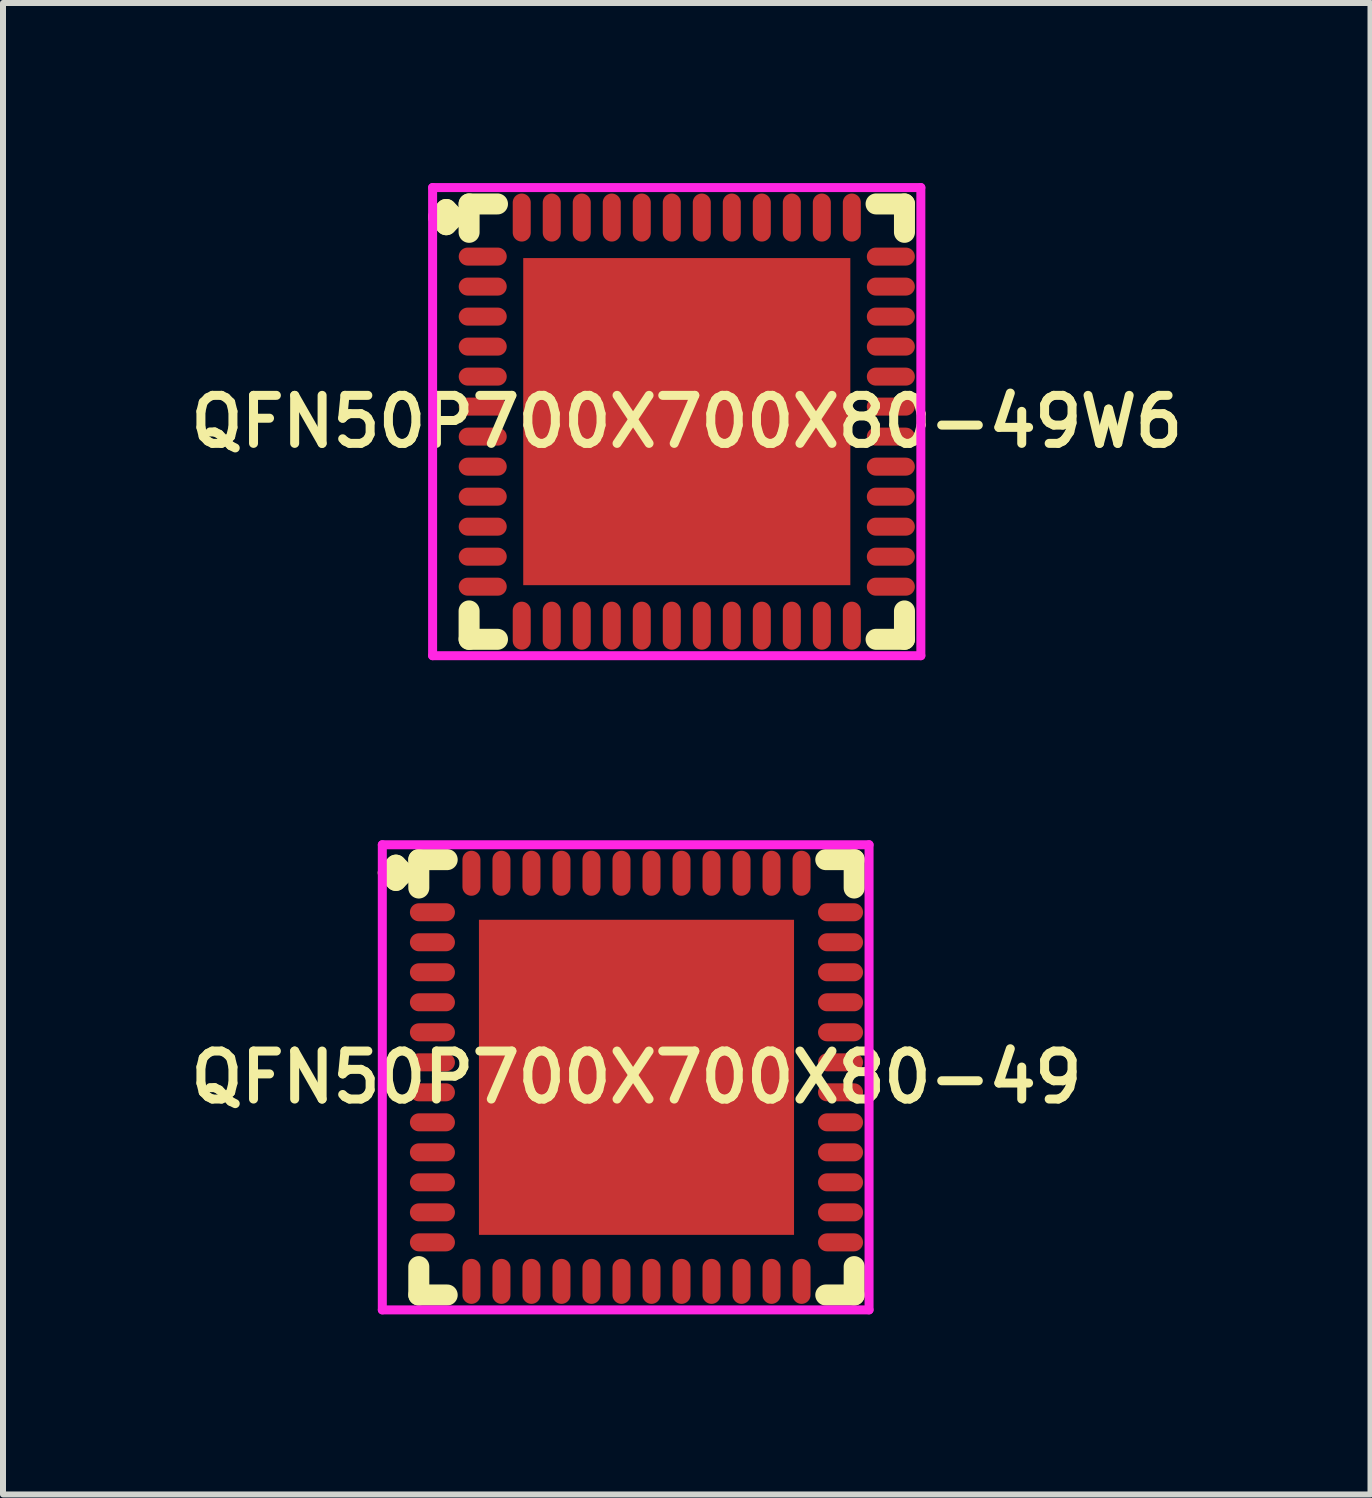
<source format=kicad_pcb>
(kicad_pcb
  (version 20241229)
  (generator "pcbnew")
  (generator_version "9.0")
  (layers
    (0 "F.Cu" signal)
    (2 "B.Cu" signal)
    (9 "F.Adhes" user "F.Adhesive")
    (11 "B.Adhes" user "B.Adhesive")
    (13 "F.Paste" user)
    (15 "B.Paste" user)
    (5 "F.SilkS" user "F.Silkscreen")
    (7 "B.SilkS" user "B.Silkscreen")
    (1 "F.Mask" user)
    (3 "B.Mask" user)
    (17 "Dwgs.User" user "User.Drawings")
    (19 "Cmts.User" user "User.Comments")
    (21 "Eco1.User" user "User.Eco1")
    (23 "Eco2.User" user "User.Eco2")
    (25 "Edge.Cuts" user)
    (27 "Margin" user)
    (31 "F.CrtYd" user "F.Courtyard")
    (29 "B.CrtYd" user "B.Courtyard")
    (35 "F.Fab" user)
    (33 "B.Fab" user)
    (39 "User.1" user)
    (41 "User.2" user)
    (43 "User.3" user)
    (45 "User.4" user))
  (footprint "QFN50P700X700X80-49W6"
    (layer "F.Cu")
    (at 8.393 3.975)
    (property "Reference" "QFN50P700X700X80-49W6" (at 0 0 0) (layer "F.SilkS") (effects (font (size 0.8 0.8) (thickness 0.15))))
    (attr smd)
    (fp_line (start -4.135 -3.408) (end -4.008 -3.535) (stroke (width 0.35) (type solid)) (layer "F.SilkS"))
    (fp_line (start -4.008 -3.535) (end -3.881 -3.408) (stroke (width 0.35) (type solid)) (layer "F.SilkS"))
    (fp_line (start -4.008 -3.281) (end -4.135 -3.408) (stroke (width 0.35) (type solid)) (layer "F.SilkS"))
    (fp_line (start -3.881 -3.408) (end -4.008 -3.281) (stroke (width 0.35) (type solid)) (layer "F.SilkS"))
    (fp_line (start -3.627 -3.627) (end -3.154 -3.627) (stroke (width 0.35) (type solid)) (layer "F.SilkS"))
    (fp_line (start -3.627 -3.154) (end -3.627 -3.627) (stroke (width 0.35) (type solid)) (layer "F.SilkS"))
    (fp_line (start -3.627 3.154) (end -3.627 3.627) (stroke (width 0.35) (type solid)) (layer "F.SilkS"))
    (fp_line (start -3.627 3.627) (end -3.154 3.627) (stroke (width 0.35) (type solid)) (layer "F.SilkS"))
    (fp_line (start 3.154 -3.627) (end 3.627 -3.627) (stroke (width 0.35) (type solid)) (layer "F.SilkS"))
    (fp_line (start 3.154 3.627) (end 3.627 3.627) (stroke (width 0.35) (type solid)) (layer "F.SilkS"))
    (fp_line (start 3.627 -3.627) (end 3.627 -3.154) (stroke (width 0.35) (type solid)) (layer "F.SilkS"))
    (fp_line (start 3.627 3.627) (end 3.627 3.154) (stroke (width 0.35) (type solid)) (layer "F.SilkS"))
    (fp_line (start -4.235 -3.9) (end 3.9 -3.9) (stroke (width 0.15) (type solid)) (layer "F.CrtYd"))
    (fp_line (start -4.235 3.9) (end -4.235 -3.9) (stroke (width 0.15) (type solid)) (layer "F.CrtYd"))
    (fp_line (start 3.9 -3.9) (end 3.9 3.9) (stroke (width 0.15) (type solid)) (layer "F.CrtYd"))
    (fp_line (start 3.9 3.9) (end -4.235 3.9) (stroke (width 0.15) (type solid)) (layer "F.CrtYd"))
    (pad "1" smd oval (at -3.4 -2.75) (size 0.8 0.3) (layers "F.Cu" "F.Mask" "F.Paste"))
    (pad "2" smd oval (at -3.4 -2.25) (size 0.8 0.3) (layers "F.Cu" "F.Mask" "F.Paste"))
    (pad "3" smd oval (at -3.4 -1.75) (size 0.8 0.3) (layers "F.Cu" "F.Mask" "F.Paste"))
    (pad "4" smd oval (at -3.4 -1.25) (size 0.8 0.3) (layers "F.Cu" "F.Mask" "F.Paste"))
    (pad "5" smd oval (at -3.4 -0.75) (size 0.8 0.3) (layers "F.Cu" "F.Mask" "F.Paste"))
    (pad "6" smd oval (at -3.4 -0.25) (size 0.8 0.3) (layers "F.Cu" "F.Mask" "F.Paste"))
    (pad "7" smd oval (at -3.4 0.25) (size 0.8 0.3) (layers "F.Cu" "F.Mask" "F.Paste"))
    (pad "8" smd oval (at -3.4 0.75) (size 0.8 0.3) (layers "F.Cu" "F.Mask" "F.Paste"))
    (pad "9" smd oval (at -3.4 1.25) (size 0.8 0.3) (layers "F.Cu" "F.Mask" "F.Paste"))
    (pad "10" smd oval (at -3.4 1.75) (size 0.8 0.3) (layers "F.Cu" "F.Mask" "F.Paste"))
    (pad "11" smd oval (at -3.4 2.25) (size 0.8 0.3) (layers "F.Cu" "F.Mask" "F.Paste"))
    (pad "12" smd oval (at -3.4 2.75) (size 0.8 0.3) (layers "F.Cu" "F.Mask" "F.Paste"))
    (pad "13" smd oval (at -2.75 3.4) (size 0.3 0.8) (layers "F.Cu" "F.Mask" "F.Paste"))
    (pad "14" smd oval (at -2.25 3.4) (size 0.3 0.8) (layers "F.Cu" "F.Mask" "F.Paste"))
    (pad "15" smd oval (at -1.75 3.4) (size 0.3 0.8) (layers "F.Cu" "F.Mask" "F.Paste"))
    (pad "16" smd oval (at -1.25 3.4) (size 0.3 0.8) (layers "F.Cu" "F.Mask" "F.Paste"))
    (pad "17" smd oval (at -0.75 3.4) (size 0.3 0.8) (layers "F.Cu" "F.Mask" "F.Paste"))
    (pad "18" smd oval (at -0.25 3.4) (size 0.3 0.8) (layers "F.Cu" "F.Mask" "F.Paste"))
    (pad "19" smd oval (at 0.25 3.4) (size 0.3 0.8) (layers "F.Cu" "F.Mask" "F.Paste"))
    (pad "20" smd oval (at 0.75 3.4) (size 0.3 0.8) (layers "F.Cu" "F.Mask" "F.Paste"))
    (pad "21" smd oval (at 1.25 3.4) (size 0.3 0.8) (layers "F.Cu" "F.Mask" "F.Paste"))
    (pad "22" smd oval (at 1.75 3.4) (size 0.3 0.8) (layers "F.Cu" "F.Mask" "F.Paste"))
    (pad "23" smd oval (at 2.25 3.4) (size 0.3 0.8) (layers "F.Cu" "F.Mask" "F.Paste"))
    (pad "24" smd oval (at 2.75 3.4) (size 0.3 0.8) (layers "F.Cu" "F.Mask" "F.Paste"))
    (pad "25" smd oval (at 3.4 2.75) (size 0.8 0.3) (layers "F.Cu" "F.Mask" "F.Paste"))
    (pad "26" smd oval (at 3.4 2.25) (size 0.8 0.3) (layers "F.Cu" "F.Mask" "F.Paste"))
    (pad "27" smd oval (at 3.4 1.75) (size 0.8 0.3) (layers "F.Cu" "F.Mask" "F.Paste"))
    (pad "28" smd oval (at 3.4 1.25) (size 0.8 0.3) (layers "F.Cu" "F.Mask" "F.Paste"))
    (pad "29" smd oval (at 3.4 0.75) (size 0.8 0.3) (layers "F.Cu" "F.Mask" "F.Paste"))
    (pad "30" smd oval (at 3.4 0.25) (size 0.8 0.3) (layers "F.Cu" "F.Mask" "F.Paste"))
    (pad "31" smd oval (at 3.4 -0.25) (size 0.8 0.3) (layers "F.Cu" "F.Mask" "F.Paste"))
    (pad "32" smd oval (at 3.4 -0.75) (size 0.8 0.3) (layers "F.Cu" "F.Mask" "F.Paste"))
    (pad "33" smd oval (at 3.4 -1.25) (size 0.8 0.3) (layers "F.Cu" "F.Mask" "F.Paste"))
    (pad "34" smd oval (at 3.4 -1.75) (size 0.8 0.3) (layers "F.Cu" "F.Mask" "F.Paste"))
    (pad "35" smd oval (at 3.4 -2.25) (size 0.8 0.3) (layers "F.Cu" "F.Mask" "F.Paste"))
    (pad "36" smd oval (at 3.4 -2.75) (size 0.8 0.3) (layers "F.Cu" "F.Mask" "F.Paste"))
    (pad "37" smd oval (at 2.75 -3.4) (size 0.3 0.8) (layers "F.Cu" "F.Mask" "F.Paste"))
    (pad "38" smd oval (at 2.25 -3.4) (size 0.3 0.8) (layers "F.Cu" "F.Mask" "F.Paste"))
    (pad "39" smd oval (at 1.75 -3.4) (size 0.3 0.8) (layers "F.Cu" "F.Mask" "F.Paste"))
    (pad "40" smd oval (at 1.25 -3.4) (size 0.3 0.8) (layers "F.Cu" "F.Mask" "F.Paste"))
    (pad "41" smd oval (at 0.75 -3.4) (size 0.3 0.8) (layers "F.Cu" "F.Mask" "F.Paste"))
    (pad "42" smd oval (at 0.25 -3.4) (size 0.3 0.8) (layers "F.Cu" "F.Mask" "F.Paste"))
    (pad "43" smd oval (at -0.25 -3.4) (size 0.3 0.8) (layers "F.Cu" "F.Mask" "F.Paste"))
    (pad "44" smd oval (at -0.75 -3.4) (size 0.3 0.8) (layers "F.Cu" "F.Mask" "F.Paste"))
    (pad "45" smd oval (at -1.25 -3.4) (size 0.3 0.8) (layers "F.Cu" "F.Mask" "F.Paste"))
    (pad "46" smd oval (at -1.75 -3.4) (size 0.3 0.8) (layers "F.Cu" "F.Mask" "F.Paste"))
    (pad "47" smd oval (at -2.25 -3.4) (size 0.3 0.8) (layers "F.Cu" "F.Mask" "F.Paste"))
    (pad "48" smd oval (at -2.75 -3.4) (size 0.3 0.8) (layers "F.Cu" "F.Mask" "F.Paste"))
    (pad "49" smd rect (at 0 0) (size 5.45 5.45) (layers "F.Cu" "F.Mask" "F.Paste")))
  (footprint "QFN50P700X700X80-49"
    (layer "F.Cu")
    (at 7.555 14.9)
    (property "Reference" "QFN50P700X700X80-49" (at 0 0 0) (layer "F.SilkS") (effects (font (size 0.8 0.8) (thickness 0.15))))
    (attr smd)
    (fp_line (start -4.135 -3.408) (end -4.008 -3.535) (stroke (width 0.35) (type solid)) (layer "F.SilkS"))
    (fp_line (start -4.008 -3.535) (end -3.881 -3.408) (stroke (width 0.35) (type solid)) (layer "F.SilkS"))
    (fp_line (start -4.008 -3.281) (end -4.135 -3.408) (stroke (width 0.35) (type solid)) (layer "F.SilkS"))
    (fp_line (start -3.881 -3.408) (end -4.008 -3.281) (stroke (width 0.35) (type solid)) (layer "F.SilkS"))
    (fp_line (start -3.627 -3.627) (end -3.154 -3.627) (stroke (width 0.35) (type solid)) (layer "F.SilkS"))
    (fp_line (start -3.627 -3.154) (end -3.627 -3.627) (stroke (width 0.35) (type solid)) (layer "F.SilkS"))
    (fp_line (start -3.627 3.154) (end -3.627 3.627) (stroke (width 0.35) (type solid)) (layer "F.SilkS"))
    (fp_line (start -3.627 3.627) (end -3.154 3.627) (stroke (width 0.35) (type solid)) (layer "F.SilkS"))
    (fp_line (start 3.154 -3.627) (end 3.627 -3.627) (stroke (width 0.35) (type solid)) (layer "F.SilkS"))
    (fp_line (start 3.154 3.627) (end 3.627 3.627) (stroke (width 0.35) (type solid)) (layer "F.SilkS"))
    (fp_line (start 3.627 -3.627) (end 3.627 -3.154) (stroke (width 0.35) (type solid)) (layer "F.SilkS"))
    (fp_line (start 3.627 3.627) (end 3.627 3.154) (stroke (width 0.35) (type solid)) (layer "F.SilkS"))
    (fp_line (start -4.235 -3.875) (end 3.875 -3.875) (stroke (width 0.15) (type solid)) (layer "F.CrtYd"))
    (fp_line (start -4.235 3.875) (end -4.235 -3.875) (stroke (width 0.15) (type solid)) (layer "F.CrtYd"))
    (fp_line (start 3.875 -3.875) (end 3.875 3.875) (stroke (width 0.15) (type solid)) (layer "F.CrtYd"))
    (fp_line (start 3.875 3.875) (end -4.235 3.875) (stroke (width 0.15) (type solid)) (layer "F.CrtYd"))
    (pad "1" smd oval (at -3.4 -2.75) (size 0.75 0.3) (layers "F.Cu" "F.Mask" "F.Paste"))
    (pad "2" smd oval (at -3.4 -2.25) (size 0.75 0.3) (layers "F.Cu" "F.Mask" "F.Paste"))
    (pad "3" smd oval (at -3.4 -1.75) (size 0.75 0.3) (layers "F.Cu" "F.Mask" "F.Paste"))
    (pad "4" smd oval (at -3.4 -1.25) (size 0.75 0.3) (layers "F.Cu" "F.Mask" "F.Paste"))
    (pad "5" smd oval (at -3.4 -0.75) (size 0.75 0.3) (layers "F.Cu" "F.Mask" "F.Paste"))
    (pad "6" smd oval (at -3.4 -0.25) (size 0.75 0.3) (layers "F.Cu" "F.Mask" "F.Paste"))
    (pad "7" smd oval (at -3.4 0.25) (size 0.75 0.3) (layers "F.Cu" "F.Mask" "F.Paste"))
    (pad "8" smd oval (at -3.4 0.75) (size 0.75 0.3) (layers "F.Cu" "F.Mask" "F.Paste"))
    (pad "9" smd oval (at -3.4 1.25) (size 0.75 0.3) (layers "F.Cu" "F.Mask" "F.Paste"))
    (pad "10" smd oval (at -3.4 1.75) (size 0.75 0.3) (layers "F.Cu" "F.Mask" "F.Paste"))
    (pad "11" smd oval (at -3.4 2.25) (size 0.75 0.3) (layers "F.Cu" "F.Mask" "F.Paste"))
    (pad "12" smd oval (at -3.4 2.75) (size 0.75 0.3) (layers "F.Cu" "F.Mask" "F.Paste"))
    (pad "13" smd oval (at -2.75 3.4) (size 0.3 0.75) (layers "F.Cu" "F.Mask" "F.Paste"))
    (pad "14" smd oval (at -2.25 3.4) (size 0.3 0.75) (layers "F.Cu" "F.Mask" "F.Paste"))
    (pad "15" smd oval (at -1.75 3.4) (size 0.3 0.75) (layers "F.Cu" "F.Mask" "F.Paste"))
    (pad "16" smd oval (at -1.25 3.4) (size 0.3 0.75) (layers "F.Cu" "F.Mask" "F.Paste"))
    (pad "17" smd oval (at -0.75 3.4) (size 0.3 0.75) (layers "F.Cu" "F.Mask" "F.Paste"))
    (pad "18" smd oval (at -0.25 3.4) (size 0.3 0.75) (layers "F.Cu" "F.Mask" "F.Paste"))
    (pad "19" smd oval (at 0.25 3.4) (size 0.3 0.75) (layers "F.Cu" "F.Mask" "F.Paste"))
    (pad "20" smd oval (at 0.75 3.4) (size 0.3 0.75) (layers "F.Cu" "F.Mask" "F.Paste"))
    (pad "21" smd oval (at 1.25 3.4) (size 0.3 0.75) (layers "F.Cu" "F.Mask" "F.Paste"))
    (pad "22" smd oval (at 1.75 3.4) (size 0.3 0.75) (layers "F.Cu" "F.Mask" "F.Paste"))
    (pad "23" smd oval (at 2.25 3.4) (size 0.3 0.75) (layers "F.Cu" "F.Mask" "F.Paste"))
    (pad "24" smd oval (at 2.75 3.4) (size 0.3 0.75) (layers "F.Cu" "F.Mask" "F.Paste"))
    (pad "25" smd oval (at 3.4 2.75) (size 0.75 0.3) (layers "F.Cu" "F.Mask" "F.Paste"))
    (pad "26" smd oval (at 3.4 2.25) (size 0.75 0.3) (layers "F.Cu" "F.Mask" "F.Paste"))
    (pad "27" smd oval (at 3.4 1.75) (size 0.75 0.3) (layers "F.Cu" "F.Mask" "F.Paste"))
    (pad "28" smd oval (at 3.4 1.25) (size 0.75 0.3) (layers "F.Cu" "F.Mask" "F.Paste"))
    (pad "29" smd oval (at 3.4 0.75) (size 0.75 0.3) (layers "F.Cu" "F.Mask" "F.Paste"))
    (pad "30" smd oval (at 3.4 0.25) (size 0.75 0.3) (layers "F.Cu" "F.Mask" "F.Paste"))
    (pad "31" smd oval (at 3.4 -0.25) (size 0.75 0.3) (layers "F.Cu" "F.Mask" "F.Paste"))
    (pad "32" smd oval (at 3.4 -0.75) (size 0.75 0.3) (layers "F.Cu" "F.Mask" "F.Paste"))
    (pad "33" smd oval (at 3.4 -1.25) (size 0.75 0.3) (layers "F.Cu" "F.Mask" "F.Paste"))
    (pad "34" smd oval (at 3.4 -1.75) (size 0.75 0.3) (layers "F.Cu" "F.Mask" "F.Paste"))
    (pad "35" smd oval (at 3.4 -2.25) (size 0.75 0.3) (layers "F.Cu" "F.Mask" "F.Paste"))
    (pad "36" smd oval (at 3.4 -2.75) (size 0.75 0.3) (layers "F.Cu" "F.Mask" "F.Paste"))
    (pad "37" smd oval (at 2.75 -3.4) (size 0.3 0.75) (layers "F.Cu" "F.Mask" "F.Paste"))
    (pad "38" smd oval (at 2.25 -3.4) (size 0.3 0.75) (layers "F.Cu" "F.Mask" "F.Paste"))
    (pad "39" smd oval (at 1.75 -3.4) (size 0.3 0.75) (layers "F.Cu" "F.Mask" "F.Paste"))
    (pad "40" smd oval (at 1.25 -3.4) (size 0.3 0.75) (layers "F.Cu" "F.Mask" "F.Paste"))
    (pad "41" smd oval (at 0.75 -3.4) (size 0.3 0.75) (layers "F.Cu" "F.Mask" "F.Paste"))
    (pad "42" smd oval (at 0.25 -3.4) (size 0.3 0.75) (layers "F.Cu" "F.Mask" "F.Paste"))
    (pad "43" smd oval (at -0.25 -3.4) (size 0.3 0.75) (layers "F.Cu" "F.Mask" "F.Paste"))
    (pad "44" smd oval (at -0.75 -3.4) (size 0.3 0.75) (layers "F.Cu" "F.Mask" "F.Paste"))
    (pad "45" smd oval (at -1.25 -3.4) (size 0.3 0.75) (layers "F.Cu" "F.Mask" "F.Paste"))
    (pad "46" smd oval (at -1.75 -3.4) (size 0.3 0.75) (layers "F.Cu" "F.Mask" "F.Paste"))
    (pad "47" smd oval (at -2.25 -3.4) (size 0.3 0.75) (layers "F.Cu" "F.Mask" "F.Paste"))
    (pad "48" smd oval (at -2.75 -3.4) (size 0.3 0.75) (layers "F.Cu" "F.Mask" "F.Paste"))
    (pad "49" smd rect (at 0 0) (size 5.25 5.25) (layers "F.Cu" "F.Mask" "F.Paste")))
  (gr_rect
    (start -3 -3)
    (end 19.785 21.85)
    (stroke (width 0.1) (type default))
    (fill no)
    (layer "Edge.Cuts")))
</source>
